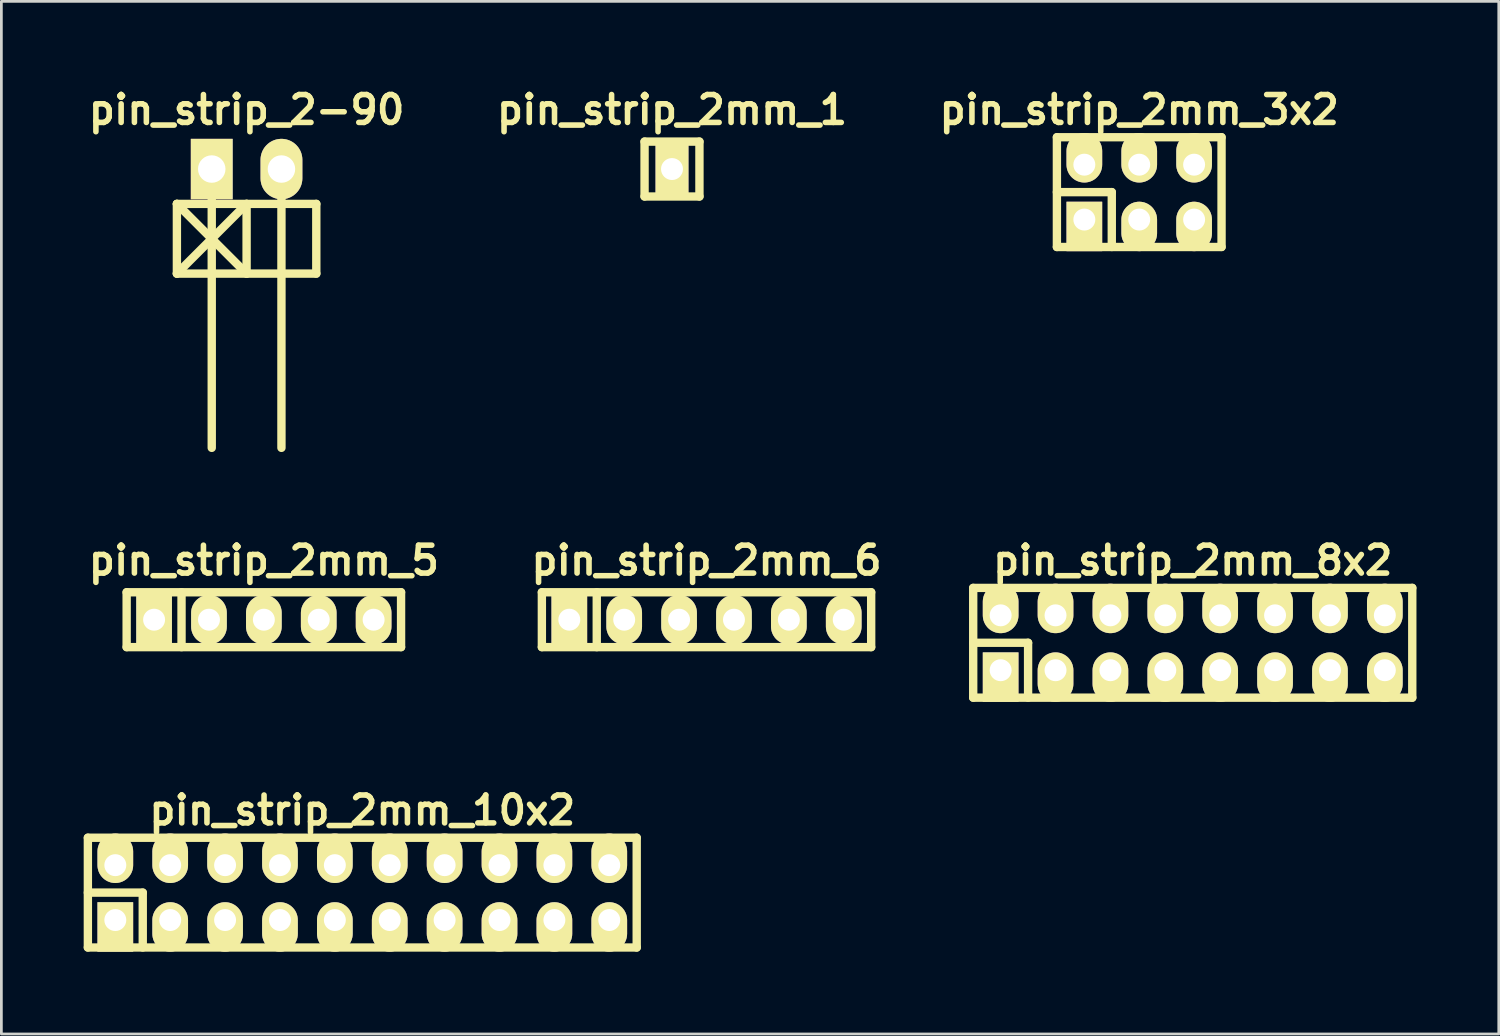
<source format=kicad_pcb>
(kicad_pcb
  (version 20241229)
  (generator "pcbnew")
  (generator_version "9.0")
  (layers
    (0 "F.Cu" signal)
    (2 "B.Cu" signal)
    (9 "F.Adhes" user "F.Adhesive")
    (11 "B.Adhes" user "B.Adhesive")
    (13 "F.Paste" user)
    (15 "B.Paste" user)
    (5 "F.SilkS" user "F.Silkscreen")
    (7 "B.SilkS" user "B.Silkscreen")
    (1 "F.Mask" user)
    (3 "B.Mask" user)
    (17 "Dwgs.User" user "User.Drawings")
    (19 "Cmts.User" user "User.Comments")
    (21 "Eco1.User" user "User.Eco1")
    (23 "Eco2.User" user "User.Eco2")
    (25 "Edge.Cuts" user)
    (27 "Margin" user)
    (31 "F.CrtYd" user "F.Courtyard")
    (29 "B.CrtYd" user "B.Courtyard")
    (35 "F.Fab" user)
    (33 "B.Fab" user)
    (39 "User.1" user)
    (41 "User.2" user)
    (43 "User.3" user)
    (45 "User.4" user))
  (footprint "pin_strip_2mm_10x2"
    (layer "F.Cu")
    (at 10.152 29.477)
    (property "Reference" "pin_strip_2mm_10x2" (at 0 -3 0) (layer "F.SilkS") (effects (font (size 1.016 1.016) (thickness 0.203))))
    (attr through_hole)
    (fp_line (start -10 -2) (end 10 -2) (stroke (width 0.305) (type solid)) (layer "F.SilkS"))
    (fp_line (start -10 0) (end -8 0) (stroke (width 0.305) (type solid)) (layer "F.SilkS"))
    (fp_line (start -10 2) (end -10 -2) (stroke (width 0.305) (type solid)) (layer "F.SilkS"))
    (fp_line (start -8 0) (end -8 2) (stroke (width 0.305) (type solid)) (layer "F.SilkS"))
    (fp_line (start 10 -2) (end 10 2) (stroke (width 0.305) (type solid)) (layer "F.SilkS"))
    (fp_line (start 10 2) (end -10 2) (stroke (width 0.305) (type solid)) (layer "F.SilkS"))
    (pad "1" thru_hole rect (at -9 1) (size 1.3 1.8) (drill 0.8 (offset 0 0.25)) (layers "*.Cu" "*.Mask" "F.SilkS"))
    (pad "2" thru_hole oval (at -9 -1) (size 1.3 1.8) (drill 0.8 (offset 0 -0.25)) (layers "*.Cu" "*.Mask" "F.SilkS"))
    (pad "3" thru_hole oval (at -7 1) (size 1.3 1.8) (drill 0.8 (offset 0 0.25)) (layers "*.Cu" "*.Mask" "F.SilkS"))
    (pad "4" thru_hole oval (at -7 -1) (size 1.3 1.8) (drill 0.8 (offset 0 -0.25)) (layers "*.Cu" "*.Mask" "F.SilkS"))
    (pad "5" thru_hole oval (at -5 1) (size 1.3 1.8) (drill 0.8 (offset 0 0.25)) (layers "*.Cu" "*.Mask" "F.SilkS"))
    (pad "6" thru_hole oval (at -5 -1) (size 1.3 1.8) (drill 0.8 (offset 0 -0.25)) (layers "*.Cu" "*.Mask" "F.SilkS"))
    (pad "7" thru_hole oval (at -3 1) (size 1.3 1.8) (drill 0.8 (offset 0 0.25)) (layers "*.Cu" "*.Mask" "F.SilkS"))
    (pad "8" thru_hole oval (at -3 -1) (size 1.3 1.8) (drill 0.8 (offset 0 -0.25)) (layers "*.Cu" "*.Mask" "F.SilkS"))
    (pad "9" thru_hole oval (at -1 1) (size 1.3 1.8) (drill 0.8 (offset 0 0.25)) (layers "*.Cu" "*.Mask" "F.SilkS"))
    (pad "10" thru_hole oval (at -1 -1) (size 1.3 1.8) (drill 0.8 (offset 0 -0.25)) (layers "*.Cu" "*.Mask" "F.SilkS"))
    (pad "11" thru_hole oval (at 1 1) (size 1.3 1.8) (drill 0.8 (offset 0 0.25)) (layers "*.Cu" "*.Mask" "F.SilkS"))
    (pad "12" thru_hole oval (at 1 -1) (size 1.3 1.8) (drill 0.8 (offset 0 -0.25)) (layers "*.Cu" "*.Mask" "F.SilkS"))
    (pad "13" thru_hole oval (at 3 1) (size 1.3 1.8) (drill 0.8 (offset 0 0.25)) (layers "*.Cu" "*.Mask" "F.SilkS"))
    (pad "14" thru_hole oval (at 3 -1) (size 1.3 1.8) (drill 0.8 (offset 0 -0.25)) (layers "*.Cu" "*.Mask" "F.SilkS"))
    (pad "15" thru_hole oval (at 5 1) (size 1.3 1.8) (drill 0.8 (offset 0 0.25)) (layers "*.Cu" "*.Mask" "F.SilkS"))
    (pad "16" thru_hole oval (at 5 -1) (size 1.3 1.8) (drill 0.8 (offset 0 -0.25)) (layers "*.Cu" "*.Mask" "F.SilkS"))
    (pad "17" thru_hole oval (at 7 1) (size 1.3 1.8) (drill 0.8 (offset 0 0.25)) (layers "*.Cu" "*.Mask" "F.SilkS"))
    (pad "18" thru_hole oval (at 7 -1) (size 1.3 1.8) (drill 0.8 (offset 0 -0.25)) (layers "*.Cu" "*.Mask" "F.SilkS"))
    (pad "19" thru_hole oval (at 9 1) (size 1.3 1.8) (drill 0.8 (offset 0 0.25)) (layers "*.Cu" "*.Mask" "F.SilkS"))
    (pad "20" thru_hole oval (at 9 -1) (size 1.3 1.8) (drill 0.8 (offset 0 -0.25)) (layers "*.Cu" "*.Mask" "F.SilkS")))
  (footprint "pin_strip_2mm_6"
    (layer "F.Cu")
    (at 22.696 19.532)
    (property "Reference" "pin_strip_2mm_6" (at 0 -2.159 0) (layer "F.SilkS") (effects (font (size 1.016 1.016) (thickness 0.203))))
    (attr through_hole)
    (fp_line (start -6 -1) (end 6 -1) (stroke (width 0.305) (type solid)) (layer "F.SilkS"))
    (fp_line (start -6 1) (end -6 -1) (stroke (width 0.305) (type solid)) (layer "F.SilkS"))
    (fp_line (start -4 -1) (end -4 1) (stroke (width 0.305) (type solid)) (layer "F.SilkS"))
    (fp_line (start 6 -1) (end 6 1) (stroke (width 0.305) (type solid)) (layer "F.SilkS"))
    (fp_line (start 6 1) (end -6 1) (stroke (width 0.305) (type solid)) (layer "F.SilkS"))
    (pad "1" thru_hole rect (at -5 0) (size 1.3 1.8) (drill 0.8) (layers "*.Cu" "*.Mask" "F.SilkS"))
    (pad "2" thru_hole oval (at -3 0) (size 1.3 1.8) (drill 0.8) (layers "*.Cu" "*.Mask" "F.SilkS"))
    (pad "3" thru_hole oval (at -1 0) (size 1.3 1.8) (drill 0.8) (layers "*.Cu" "*.Mask" "F.SilkS"))
    (pad "4" thru_hole oval (at 1 0) (size 1.3 1.8) (drill 0.8) (layers "*.Cu" "*.Mask" "F.SilkS"))
    (pad "5" thru_hole oval (at 3 0) (size 1.3 1.8) (drill 0.8) (layers "*.Cu" "*.Mask" "F.SilkS"))
    (pad "6" thru_hole oval (at 5 0) (size 1.3 1.8) (drill 0.8) (layers "*.Cu" "*.Mask" "F.SilkS")))
  (footprint "pin_strip_2mm_1"
    (layer "F.Cu")
    (at 21.438 3.11)
    (property "Reference" "pin_strip_2mm_1" (at 0 -2.159 0) (layer "F.SilkS") (effects (font (size 1.016 1.016) (thickness 0.203))))
    (attr through_hole)
    (fp_line (start -1 -1) (end 1 -1) (stroke (width 0.305) (type solid)) (layer "F.SilkS"))
    (fp_line (start -1 1) (end -1 -1) (stroke (width 0.305) (type solid)) (layer "F.SilkS"))
    (fp_line (start 1 -1) (end 1 1) (stroke (width 0.305) (type solid)) (layer "F.SilkS"))
    (fp_line (start 1 1) (end -1 1) (stroke (width 0.305) (type solid)) (layer "F.SilkS"))
    (pad "1" thru_hole rect (at 0 0) (size 1.2 1.8) (drill 0.8) (layers "*.Cu" "*.Mask" "F.SilkS")))
  (footprint "pin_strip_2mm_3x2"
    (layer "F.Cu")
    (at 38.464 3.951)
    (property "Reference" "pin_strip_2mm_3x2" (at 0 -3 0) (layer "F.SilkS") (effects (font (size 1.016 1.016) (thickness 0.203))))
    (attr through_hole)
    (fp_line (start -3 -2) (end 3 -2) (stroke (width 0.305) (type solid)) (layer "F.SilkS"))
    (fp_line (start -3 0) (end -1 0) (stroke (width 0.305) (type solid)) (layer "F.SilkS"))
    (fp_line (start -3 2) (end -3 -2) (stroke (width 0.305) (type solid)) (layer "F.SilkS"))
    (fp_line (start -1 0) (end -1 2) (stroke (width 0.305) (type solid)) (layer "F.SilkS"))
    (fp_line (start 3 -2) (end 3 2) (stroke (width 0.305) (type solid)) (layer "F.SilkS"))
    (fp_line (start 3 2) (end -3 2) (stroke (width 0.305) (type solid)) (layer "F.SilkS"))
    (pad "1" thru_hole rect (at -2 1) (size 1.3 1.8) (drill 0.8 (offset 0 0.25)) (layers "*.Cu" "*.Mask" "F.SilkS"))
    (pad "2" thru_hole oval (at -2 -1) (size 1.3 1.8) (drill 0.8 (offset 0 -0.25)) (layers "*.Cu" "*.Mask" "F.SilkS"))
    (pad "3" thru_hole oval (at 0 1) (size 1.3 1.8) (drill 0.8 (offset 0 0.25)) (layers "*.Cu" "*.Mask" "F.SilkS"))
    (pad "4" thru_hole oval (at 0 -1) (size 1.3 1.8) (drill 0.8 (offset 0 -0.25)) (layers "*.Cu" "*.Mask" "F.SilkS"))
    (pad "5" thru_hole oval (at 2 1) (size 1.3 1.8) (drill 0.8 (offset 0 0.25)) (layers "*.Cu" "*.Mask" "F.SilkS"))
    (pad "6" thru_hole oval (at 2 -1) (size 1.3 1.8) (drill 0.8 (offset 0 -0.25)) (layers "*.Cu" "*.Mask" "F.SilkS")))
  (footprint "pin_strip_2mm_8x2"
    (layer "F.Cu")
    (at 40.414 20.373)
    (property "Reference" "pin_strip_2mm_8x2" (at 0 -3 0) (layer "F.SilkS") (effects (font (size 1.016 1.016) (thickness 0.203))))
    (attr through_hole)
    (fp_line (start -8 -2) (end 8 -2) (stroke (width 0.305) (type solid)) (layer "F.SilkS"))
    (fp_line (start -8 0) (end -6 0) (stroke (width 0.305) (type solid)) (layer "F.SilkS"))
    (fp_line (start -8 2) (end -8 -2) (stroke (width 0.305) (type solid)) (layer "F.SilkS"))
    (fp_line (start -6 0) (end -6 2) (stroke (width 0.305) (type solid)) (layer "F.SilkS"))
    (fp_line (start 8 -2) (end 8 2) (stroke (width 0.305) (type solid)) (layer "F.SilkS"))
    (fp_line (start 8 2) (end -8 2) (stroke (width 0.305) (type solid)) (layer "F.SilkS"))
    (pad "1" thru_hole rect (at -7 1) (size 1.3 1.8) (drill 0.8 (offset 0 0.25)) (layers "*.Cu" "*.Mask" "F.SilkS"))
    (pad "2" thru_hole oval (at -7 -1) (size 1.3 1.8) (drill 0.8 (offset 0 -0.25)) (layers "*.Cu" "*.Mask" "F.SilkS"))
    (pad "3" thru_hole oval (at -5 1) (size 1.3 1.8) (drill 0.8 (offset 0 0.25)) (layers "*.Cu" "*.Mask" "F.SilkS"))
    (pad "4" thru_hole oval (at -5 -1) (size 1.3 1.8) (drill 0.8 (offset 0 -0.25)) (layers "*.Cu" "*.Mask" "F.SilkS"))
    (pad "5" thru_hole oval (at -3 1) (size 1.3 1.8) (drill 0.8 (offset 0 0.25)) (layers "*.Cu" "*.Mask" "F.SilkS"))
    (pad "6" thru_hole oval (at -3 -1) (size 1.3 1.8) (drill 0.8 (offset 0 -0.25)) (layers "*.Cu" "*.Mask" "F.SilkS"))
    (pad "7" thru_hole oval (at -1 1) (size 1.3 1.8) (drill 0.8 (offset 0 0.25)) (layers "*.Cu" "*.Mask" "F.SilkS"))
    (pad "8" thru_hole oval (at -1 -1) (size 1.3 1.8) (drill 0.8 (offset 0 -0.25)) (layers "*.Cu" "*.Mask" "F.SilkS"))
    (pad "9" thru_hole oval (at 1 1) (size 1.3 1.8) (drill 0.8 (offset 0 0.25)) (layers "*.Cu" "*.Mask" "F.SilkS"))
    (pad "10" thru_hole oval (at 1 -1) (size 1.3 1.8) (drill 0.8 (offset 0 -0.25)) (layers "*.Cu" "*.Mask" "F.SilkS"))
    (pad "11" thru_hole oval (at 3 1) (size 1.3 1.8) (drill 0.8 (offset 0 0.25)) (layers "*.Cu" "*.Mask" "F.SilkS"))
    (pad "12" thru_hole oval (at 3 -1) (size 1.3 1.8) (drill 0.8 (offset 0 -0.25)) (layers "*.Cu" "*.Mask" "F.SilkS"))
    (pad "13" thru_hole oval (at 5 1) (size 1.3 1.8) (drill 0.8 (offset 0 0.25)) (layers "*.Cu" "*.Mask" "F.SilkS"))
    (pad "14" thru_hole oval (at 5 -1) (size 1.3 1.8) (drill 0.8 (offset 0 -0.25)) (layers "*.Cu" "*.Mask" "F.SilkS"))
    (pad "15" thru_hole oval (at 7 1) (size 1.3 1.8) (drill 0.8 (offset 0 0.25)) (layers "*.Cu" "*.Mask" "F.SilkS"))
    (pad "16" thru_hole oval (at 7 -1) (size 1.3 1.8) (drill 0.8 (offset 0 -0.25)) (layers "*.Cu" "*.Mask" "F.SilkS")))
  (footprint "pin_strip_2mm_5"
    (layer "F.Cu")
    (at 6.565 19.532)
    (property "Reference" "pin_strip_2mm_5" (at 0 -2.159 0) (layer "F.SilkS") (effects (font (size 1.016 1.016) (thickness 0.203))))
    (attr through_hole)
    (fp_line (start -5 -1) (end 5 -1) (stroke (width 0.305) (type solid)) (layer "F.SilkS"))
    (fp_line (start -5 1) (end -5 -1) (stroke (width 0.305) (type solid)) (layer "F.SilkS"))
    (fp_line (start -3 -1) (end -3 1) (stroke (width 0.305) (type solid)) (layer "F.SilkS"))
    (fp_line (start 5 -1) (end 5 1) (stroke (width 0.305) (type solid)) (layer "F.SilkS"))
    (fp_line (start 5 1) (end -5 1) (stroke (width 0.305) (type solid)) (layer "F.SilkS"))
    (pad "1" thru_hole rect (at -4 0) (size 1.3 1.8) (drill 0.8) (layers "*.Cu" "*.Mask" "F.SilkS"))
    (pad "2" thru_hole oval (at -2 0) (size 1.3 1.8) (drill 0.8) (layers "*.Cu" "*.Mask" "F.SilkS"))
    (pad "3" thru_hole oval (at 0 0) (size 1.3 1.8) (drill 0.8) (layers "*.Cu" "*.Mask" "F.SilkS"))
    (pad "4" thru_hole oval (at 2 0) (size 1.3 1.8) (drill 0.8) (layers "*.Cu" "*.Mask" "F.SilkS"))
    (pad "5" thru_hole oval (at 4 0) (size 1.3 1.8) (drill 0.8) (layers "*.Cu" "*.Mask" "F.SilkS")))
  (footprint "pin_strip_2-90"
    (layer "F.Cu")
    (at 5.936 3.11)
    (property "Reference" "pin_strip_2-90" (at 0 -2.159 0) (layer "F.SilkS") (effects (font (size 1.016 1.016) (thickness 0.203))))
    (attr through_hole)
    (fp_line (start -2.54 3.81) (end -2.54 1.27) (stroke (width 0.305) (type solid)) (layer "F.SilkS"))
    (fp_line (start -2.54 3.81) (end 2.54 3.81) (stroke (width 0.305) (type solid)) (layer "F.SilkS"))
    (fp_line (start -1.27 0) (end -1.27 10.16) (stroke (width 0.305) (type solid)) (layer "F.SilkS"))
    (fp_line (start 0 1.27) (end -2.54 3.81) (stroke (width 0.305) (type solid)) (layer "F.SilkS"))
    (fp_line (start 0 3.81) (end -2.54 1.27) (stroke (width 0.305) (type solid)) (layer "F.SilkS"))
    (fp_line (start 0 3.81) (end 0 1.27) (stroke (width 0.305) (type solid)) (layer "F.SilkS"))
    (fp_line (start 1.27 0) (end 1.27 10.16) (stroke (width 0.305) (type solid)) (layer "F.SilkS"))
    (fp_line (start 2.54 1.27) (end -2.54 1.27) (stroke (width 0.305) (type solid)) (layer "F.SilkS"))
    (fp_line (start 2.54 3.81) (end 2.54 1.27) (stroke (width 0.305) (type solid)) (layer "F.SilkS"))
    (pad "1" thru_hole rect (at -1.27 0) (size 1.524 2.2) (drill 1.001) (layers "*.Cu" "*.Mask" "F.SilkS"))
    (pad "2" thru_hole oval (at 1.27 0) (size 1.524 2.2) (drill 1.001) (layers "*.Cu" "*.Mask" "F.SilkS")))
  (gr_rect
    (start -3 -3)
    (end 51.566 34.629)
    (stroke (width 0.1) (type default))
    (fill no)
    (layer "Edge.Cuts")))
</source>
